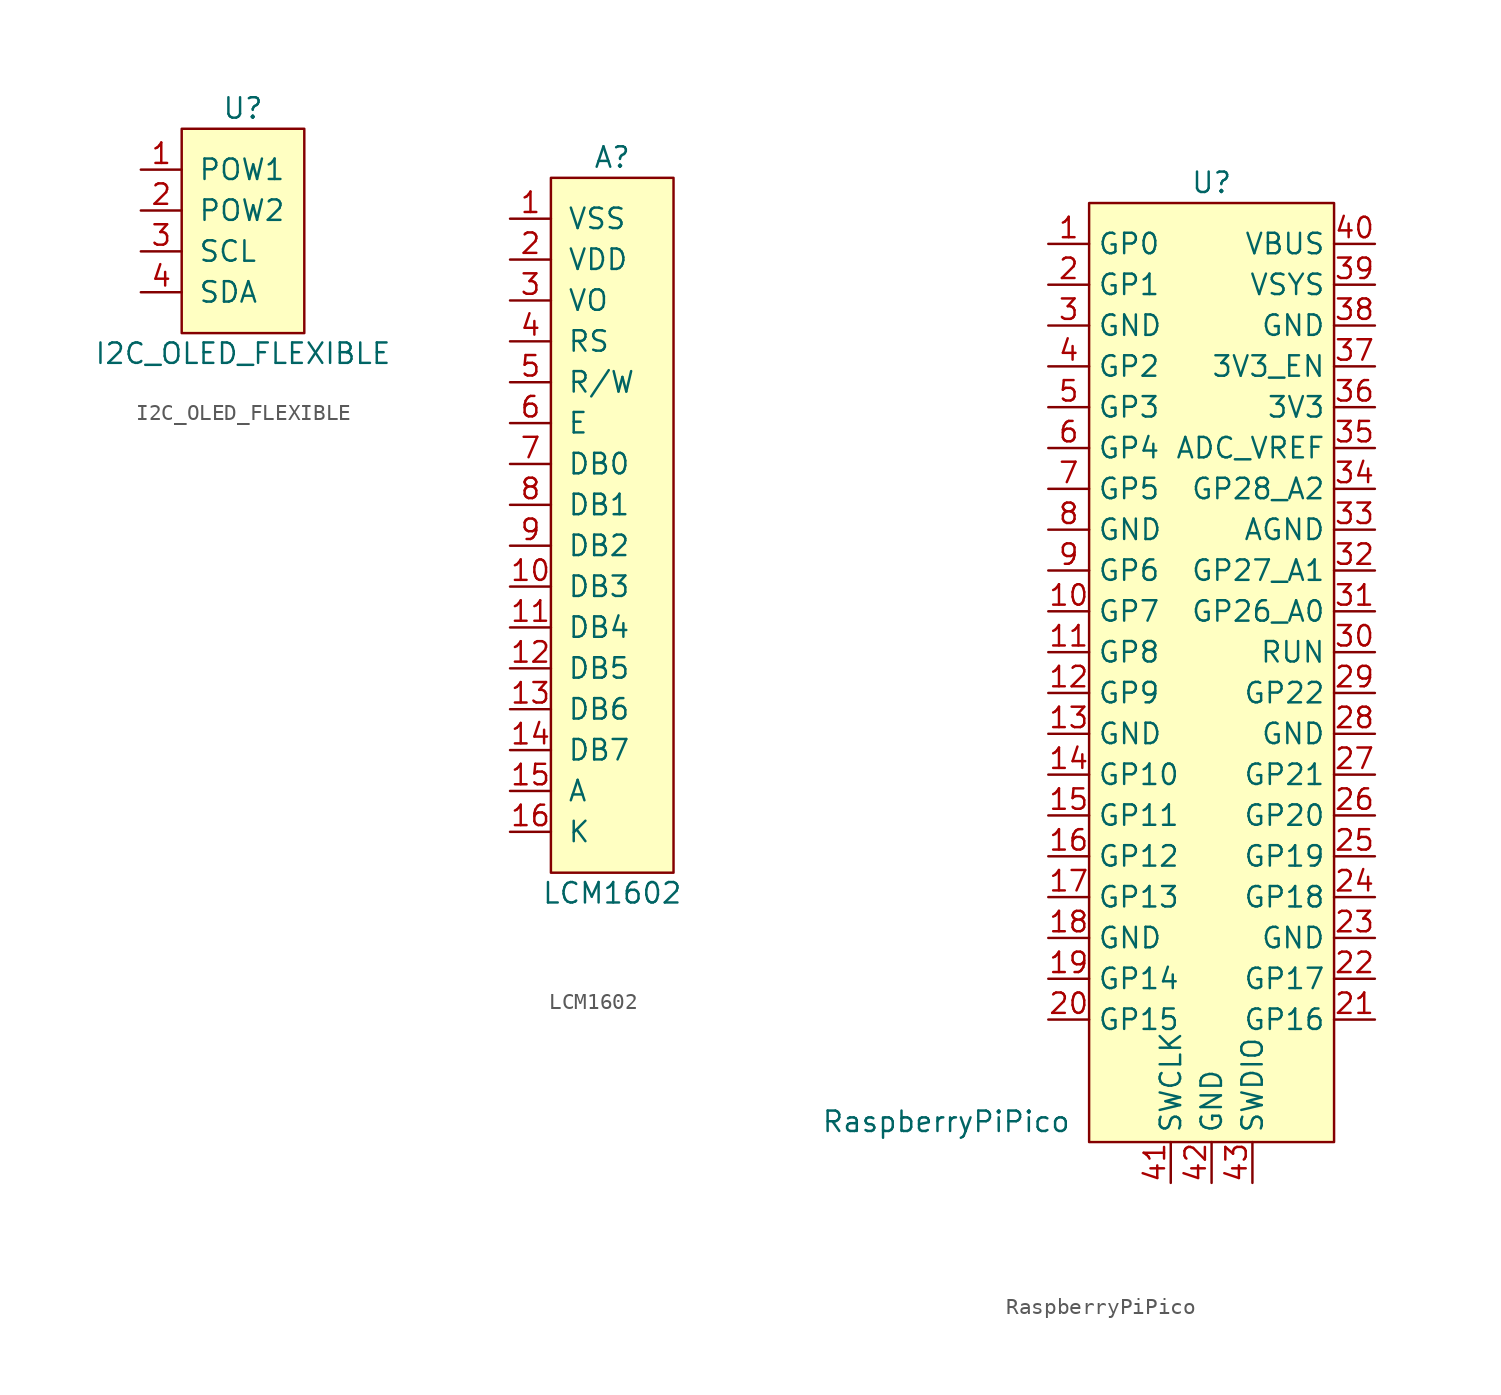
<source format=kicad_sym>
(kicad_symbol_lib
  (version 20220914)
  (generator kicad_symbol_editor)
  (symbol "I2C_OLED_FLEXIBLE"
    (pin_names
      (offset 1.016))
    (property "Reference" "U"
      (at 0 7.62 0)
      (effects (font (size 1.27 1.27))))
    (property "Value" "I2C_OLED_FLEXIBLE"
      (at 0 -7.62 0)
      (effects (font (size 1.27 1.27))))
    (symbol "I2C_OLED_FLEXIBLE_0_1"
      (rectangle (start -3.81 6.35) (end 3.81 -6.35) (stroke (width 0) (type default)) (fill (type background))))
    (symbol "I2C_OLED_FLEXIBLE_1_1"
      (pin power_in line (at -6.35 3.81 0) (length 2.54) (name "POW1" (effects (font (size 1.27 1.27)))) (number "1" (effects (font (size 1.27 1.27)))))
      (pin power_in line (at -6.35 1.27 0) (length 2.54) (name "POW2" (effects (font (size 1.27 1.27)))) (number "2" (effects (font (size 1.27 1.27)))))
      (pin input line (at -6.35 -1.27 0) (length 2.54) (name "SCL" (effects (font (size 1.27 1.27)))) (number "3" (effects (font (size 1.27 1.27)))))
      (pin bidirectional line (at -6.35 -3.81 0) (length 2.54) (name "SDA" (effects (font (size 1.27 1.27)))) (number "4" (effects (font (size 1.27 1.27)))))))
  (symbol "LCM1602"
    (pin_names
      (offset 1.016))
    (property "Reference" "A"
      (at 0 22.86 0)
      (effects (font (size 1.27 1.27))))
    (property "Value" "LCM1602"
      (at 0 -22.86 0)
      (effects (font (size 1.27 1.27))))
    (symbol "LCM1602_0_1"
      (rectangle (start -3.81 21.59) (end 3.81 -21.59) (stroke (width 0) (type default)) (fill (type background))))
    (symbol "LCM1602_1_1"
      (pin power_in line (at -6.35 19.05 0) (length 2.54) (name "VSS" (effects (font (size 1.27 1.27)))) (number "1" (effects (font (size 1.27 1.27)))))
      (pin bidirectional line (at -6.35 -3.81 0) (length 2.54) (name "DB3" (effects (font (size 1.27 1.27)))) (number "10" (effects (font (size 1.27 1.27)))))
      (pin bidirectional line (at -6.35 -6.35 0) (length 2.54) (name "DB4" (effects (font (size 1.27 1.27)))) (number "11" (effects (font (size 1.27 1.27)))))
      (pin bidirectional line (at -6.35 -8.89 0) (length 2.54) (name "DB5" (effects (font (size 1.27 1.27)))) (number "12" (effects (font (size 1.27 1.27)))))
      (pin bidirectional line (at -6.35 -11.43 0) (length 2.54) (name "DB6" (effects (font (size 1.27 1.27)))) (number "13" (effects (font (size 1.27 1.27)))))
      (pin bidirectional line (at -6.35 -13.97 0) (length 2.54) (name "DB7" (effects (font (size 1.27 1.27)))) (number "14" (effects (font (size 1.27 1.27)))))
      (pin passive line (at -6.35 -16.51 0) (length 2.54) (name "A" (effects (font (size 1.27 1.27)))) (number "15" (effects (font (size 1.27 1.27)))))
      (pin passive line (at -6.35 -19.05 0) (length 2.54) (name "K" (effects (font (size 1.27 1.27)))) (number "16" (effects (font (size 1.27 1.27)))))
      (pin power_in line (at -6.35 16.51 0) (length 2.54) (name "VDD" (effects (font (size 1.27 1.27)))) (number "2" (effects (font (size 1.27 1.27)))))
      (pin passive line (at -6.35 13.97 0) (length 2.54) (name "VO" (effects (font (size 1.27 1.27)))) (number "3" (effects (font (size 1.27 1.27)))))
      (pin input line (at -6.35 11.43 0) (length 2.54) (name "RS" (effects (font (size 1.27 1.27)))) (number "4" (effects (font (size 1.27 1.27)))))
      (pin input line (at -6.35 8.89 0) (length 2.54) (name "R/W" (effects (font (size 1.27 1.27)))) (number "5" (effects (font (size 1.27 1.27)))))
      (pin input line (at -6.35 6.35 0) (length 2.54) (name "E" (effects (font (size 1.27 1.27)))) (number "6" (effects (font (size 1.27 1.27)))))
      (pin bidirectional line (at -6.35 3.81 0) (length 2.54) (name "DB0" (effects (font (size 1.27 1.27)))) (number "7" (effects (font (size 1.27 1.27)))))
      (pin bidirectional line (at -6.35 1.27 0) (length 2.54) (name "DB1" (effects (font (size 1.27 1.27)))) (number "8" (effects (font (size 1.27 1.27)))))
      (pin bidirectional line (at -6.35 -1.27 0) (length 2.54) (name "DB2" (effects (font (size 1.27 1.27)))) (number "9" (effects (font (size 1.27 1.27)))))))
  (symbol "RaspberryPiPico"
    (property "Reference" "U"
      (at 0 27.94 0)
      (effects (font (size 1.27 1.27))))
    (property "Value" "RaspberryPiPico"
      (at -16.51 -30.48 0)
      (effects (font (size 1.27 1.27))))
    (symbol "RaspberryPiPico_0_1"
      (rectangle (start -7.62 26.67) (end 7.62 -31.75) (stroke (width 0) (type default)) (fill (type background))))
    (symbol "RaspberryPiPico_1_1"
      (pin bidirectional line (at -10.16 24.13 0) (length 2.54) (name "GP0" (effects (font (size 1.27 1.27)))) (number "1" (effects (font (size 1.27 1.27)))))
      (pin bidirectional line (at -10.16 1.27 0) (length 2.54) (name "GP7" (effects (font (size 1.27 1.27)))) (number "10" (effects (font (size 1.27 1.27)))))
      (pin bidirectional line (at -10.16 -1.27 0) (length 2.54) (name "GP8" (effects (font (size 1.27 1.27)))) (number "11" (effects (font (size 1.27 1.27)))))
      (pin bidirectional line (at -10.16 -3.81 0) (length 2.54) (name "GP9" (effects (font (size 1.27 1.27)))) (number "12" (effects (font (size 1.27 1.27)))))
      (pin power_in line (at -10.16 -6.35 0) (length 2.54) (name "GND" (effects (font (size 1.27 1.27)))) (number "13" (effects (font (size 1.27 1.27)))))
      (pin bidirectional line (at -10.16 -8.89 0) (length 2.54) (name "GP10" (effects (font (size 1.27 1.27)))) (number "14" (effects (font (size 1.27 1.27)))))
      (pin bidirectional line (at -10.16 -11.43 0) (length 2.54) (name "GP11" (effects (font (size 1.27 1.27)))) (number "15" (effects (font (size 1.27 1.27)))))
      (pin bidirectional line (at -10.16 -13.97 0) (length 2.54) (name "GP12" (effects (font (size 1.27 1.27)))) (number "16" (effects (font (size 1.27 1.27)))))
      (pin bidirectional line (at -10.16 -16.51 0) (length 2.54) (name "GP13" (effects (font (size 1.27 1.27)))) (number "17" (effects (font (size 1.27 1.27)))))
      (pin power_in line (at -10.16 -19.05 0) (length 2.54) (name "GND" (effects (font (size 1.27 1.27)))) (number "18" (effects (font (size 1.27 1.27)))))
      (pin bidirectional line (at -10.16 -21.59 0) (length 2.54) (name "GP14" (effects (font (size 1.27 1.27)))) (number "19" (effects (font (size 1.27 1.27)))))
      (pin bidirectional line (at -10.16 21.59 0) (length 2.54) (name "GP1" (effects (font (size 1.27 1.27)))) (number "2" (effects (font (size 1.27 1.27)))))
      (pin bidirectional line (at -10.16 -24.13 0) (length 2.54) (name "GP15" (effects (font (size 1.27 1.27)))) (number "20" (effects (font (size 1.27 1.27)))))
      (pin bidirectional line (at 10.16 -24.13 180) (length 2.54) (name "GP16" (effects (font (size 1.27 1.27)))) (number "21" (effects (font (size 1.27 1.27)))))
      (pin bidirectional line (at 10.16 -21.59 180) (length 2.54) (name "GP17" (effects (font (size 1.27 1.27)))) (number "22" (effects (font (size 1.27 1.27)))))
      (pin power_in line (at 10.16 -19.05 180) (length 2.54) (name "GND" (effects (font (size 1.27 1.27)))) (number "23" (effects (font (size 1.27 1.27)))))
      (pin bidirectional line (at 10.16 -16.51 180) (length 2.54) (name "GP18" (effects (font (size 1.27 1.27)))) (number "24" (effects (font (size 1.27 1.27)))))
      (pin bidirectional line (at 10.16 -13.97 180) (length 2.54) (name "GP19" (effects (font (size 1.27 1.27)))) (number "25" (effects (font (size 1.27 1.27)))))
      (pin bidirectional line (at 10.16 -11.43 180) (length 2.54) (name "GP20" (effects (font (size 1.27 1.27)))) (number "26" (effects (font (size 1.27 1.27)))))
      (pin bidirectional line (at 10.16 -8.89 180) (length 2.54) (name "GP21" (effects (font (size 1.27 1.27)))) (number "27" (effects (font (size 1.27 1.27)))))
      (pin power_in line (at 10.16 -6.35 180) (length 2.54) (name "GND" (effects (font (size 1.27 1.27)))) (number "28" (effects (font (size 1.27 1.27)))))
      (pin bidirectional line (at 10.16 -3.81 180) (length 2.54) (name "GP22" (effects (font (size 1.27 1.27)))) (number "29" (effects (font (size 1.27 1.27)))))
      (pin power_in line (at -10.16 19.05 0) (length 2.54) (name "GND" (effects (font (size 1.27 1.27)))) (number "3" (effects (font (size 1.27 1.27)))))
      (pin input line (at 10.16 -1.27 180) (length 2.54) (name "RUN" (effects (font (size 1.27 1.27)))) (number "30" (effects (font (size 1.27 1.27)))))
      (pin bidirectional line (at 10.16 1.27 180) (length 2.54) (name "GP26_A0" (effects (font (size 1.27 1.27)))) (number "31" (effects (font (size 1.27 1.27)))))
      (pin bidirectional line (at 10.16 3.81 180) (length 2.54) (name "GP27_A1" (effects (font (size 1.27 1.27)))) (number "32" (effects (font (size 1.27 1.27)))))
      (pin power_in line (at 10.16 6.35 180) (length 2.54) (name "AGND" (effects (font (size 1.27 1.27)))) (number "33" (effects (font (size 1.27 1.27)))))
      (pin bidirectional line (at 10.16 8.89 180) (length 2.54) (name "GP28_A2" (effects (font (size 1.27 1.27)))) (number "34" (effects (font (size 1.27 1.27)))))
      (pin power_out line (at 10.16 11.43 180) (length 2.54) (name "ADC_VREF" (effects (font (size 1.27 1.27)))) (number "35" (effects (font (size 1.27 1.27)))))
      (pin power_out line (at 10.16 13.97 180) (length 2.54) (name "3V3" (effects (font (size 1.27 1.27)))) (number "36" (effects (font (size 1.27 1.27)))))
      (pin input line (at 10.16 16.51 180) (length 2.54) (name "3V3_EN" (effects (font (size 1.27 1.27)))) (number "37" (effects (font (size 1.27 1.27)))))
      (pin power_out line (at 10.16 19.05 180) (length 2.54) (name "GND" (effects (font (size 1.27 1.27)))) (number "38" (effects (font (size 1.27 1.27)))))
      (pin power_out line (at 10.16 21.59 180) (length 2.54) (name "VSYS" (effects (font (size 1.27 1.27)))) (number "39" (effects (font (size 1.27 1.27)))))
      (pin bidirectional line (at -10.16 16.51 0) (length 2.54) (name "GP2" (effects (font (size 1.27 1.27)))) (number "4" (effects (font (size 1.27 1.27)))))
      (pin power_out line (at 10.16 24.13 180) (length 2.54) (name "VBUS" (effects (font (size 1.27 1.27)))) (number "40" (effects (font (size 1.27 1.27)))))
      (pin input line (at -2.54 -34.29 90) (length 2.54) (name "SWCLK" (effects (font (size 1.27 1.27)))) (number "41" (effects (font (size 1.27 1.27)))))
      (pin power_in line (at 0 -34.29 90) (length 2.54) (name "GND" (effects (font (size 1.27 1.27)))) (number "42" (effects (font (size 1.27 1.27)))))
      (pin bidirectional line (at 2.54 -34.29 90) (length 2.54) (name "SWDIO" (effects (font (size 1.27 1.27)))) (number "43" (effects (font (size 1.27 1.27)))))
      (pin bidirectional line (at -10.16 13.97 0) (length 2.54) (name "GP3" (effects (font (size 1.27 1.27)))) (number "5" (effects (font (size 1.27 1.27)))))
      (pin bidirectional line (at -10.16 11.43 0) (length 2.54) (name "GP4" (effects (font (size 1.27 1.27)))) (number "6" (effects (font (size 1.27 1.27)))))
      (pin bidirectional line (at -10.16 8.89 0) (length 2.54) (name "GP5" (effects (font (size 1.27 1.27)))) (number "7" (effects (font (size 1.27 1.27)))))
      (pin power_in line (at -10.16 6.35 0) (length 2.54) (name "GND" (effects (font (size 1.27 1.27)))) (number "8" (effects (font (size 1.27 1.27)))))
      (pin bidirectional line (at -10.16 3.81 0) (length 2.54) (name "GP6" (effects (font (size 1.27 1.27)))) (number "9" (effects (font (size 1.27 1.27))))))))
</source>
